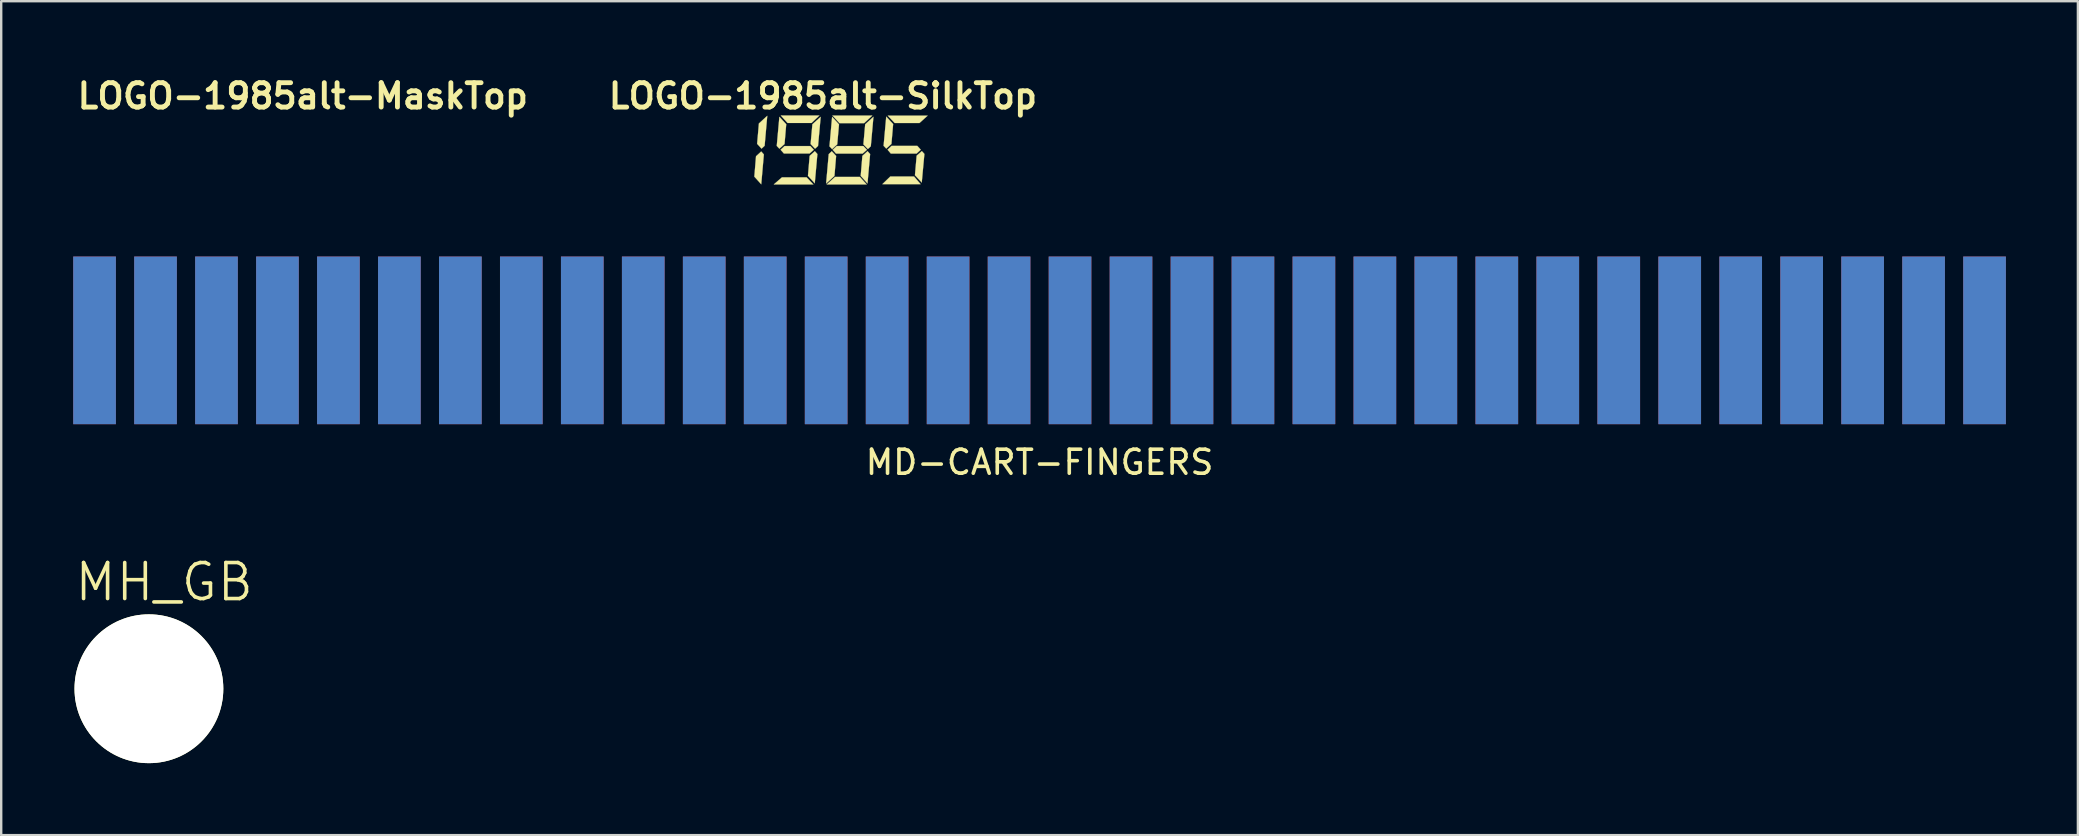
<source format=kicad_pcb>
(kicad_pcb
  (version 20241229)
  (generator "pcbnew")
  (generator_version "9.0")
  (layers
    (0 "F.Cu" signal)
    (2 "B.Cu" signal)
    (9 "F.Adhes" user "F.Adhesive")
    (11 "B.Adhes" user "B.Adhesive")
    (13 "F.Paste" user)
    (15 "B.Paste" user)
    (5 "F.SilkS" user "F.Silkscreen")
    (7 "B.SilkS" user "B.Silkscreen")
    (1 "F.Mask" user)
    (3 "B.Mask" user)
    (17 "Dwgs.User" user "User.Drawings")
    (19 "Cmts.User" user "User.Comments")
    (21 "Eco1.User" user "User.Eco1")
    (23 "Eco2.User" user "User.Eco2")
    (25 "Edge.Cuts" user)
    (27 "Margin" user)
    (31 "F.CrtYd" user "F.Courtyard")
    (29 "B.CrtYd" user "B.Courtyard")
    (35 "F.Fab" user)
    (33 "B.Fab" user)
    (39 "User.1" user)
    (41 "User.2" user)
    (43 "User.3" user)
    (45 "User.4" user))
  (footprint "MD-CART-FINGERS"
    (layer "F.Cu")
    (at 40.259 11.13)
    (property "Reference" "MD-CART-FINGERS" (at 0 5.08 0) (layer "F.SilkS") (effects (font (size 1 1) (thickness 0.15))))
    (attr through_hole)
    (pad "A1" smd rect (at -39.37 0) (size 1.778 6.985) (layers "B.Cu" "B.Mask"))
    (pad "A2" smd rect (at -36.83 0) (size 1.778 6.985) (layers "B.Cu" "B.Mask"))
    (pad "A3" smd rect (at -34.29 0) (size 1.778 6.985) (layers "B.Cu" "B.Mask"))
    (pad "A4" smd rect (at -31.75 0) (size 1.778 6.985) (layers "B.Cu" "B.Mask"))
    (pad "A5" smd rect (at -29.21 0) (size 1.778 6.985) (layers "B.Cu" "B.Mask"))
    (pad "A6" smd rect (at -26.67 0) (size 1.778 6.985) (layers "B.Cu" "B.Mask"))
    (pad "A7" smd rect (at -24.13 0) (size 1.778 6.985) (layers "B.Cu" "B.Mask"))
    (pad "A8" smd rect (at -21.59 0) (size 1.778 6.985) (layers "B.Cu" "B.Mask"))
    (pad "A9" smd rect (at -19.05 0) (size 1.778 6.985) (layers "B.Cu" "B.Mask"))
    (pad "A10" smd rect (at -16.51 0) (size 1.778 6.985) (layers "B.Cu" "B.Mask"))
    (pad "A11" smd rect (at -13.97 0) (size 1.778 6.985) (layers "B.Cu" "B.Mask"))
    (pad "A12" smd rect (at -11.43 0) (size 1.778 6.985) (layers "B.Cu" "B.Mask"))
    (pad "A13" smd rect (at -8.89 0) (size 1.778 6.985) (layers "B.Cu" "B.Mask"))
    (pad "A14" smd rect (at -6.35 0) (size 1.778 6.985) (layers "B.Cu" "B.Mask"))
    (pad "A15" smd rect (at -3.81 0) (size 1.778 6.985) (layers "B.Cu" "B.Mask"))
    (pad "A16" smd rect (at -1.27 0) (size 1.778 6.985) (layers "B.Cu" "B.Mask"))
    (pad "A17" smd rect (at 1.27 0) (size 1.778 6.985) (layers "B.Cu" "B.Mask"))
    (pad "A18" smd rect (at 3.81 0) (size 1.778 6.985) (layers "B.Cu" "B.Mask"))
    (pad "A19" smd rect (at 6.35 0) (size 1.778 6.985) (layers "B.Cu" "B.Mask"))
    (pad "A20" smd rect (at 8.89 0) (size 1.778 6.985) (layers "B.Cu" "B.Mask"))
    (pad "A21" smd rect (at 11.43 0) (size 1.778 6.985) (layers "B.Cu" "B.Mask"))
    (pad "A22" smd rect (at 13.97 0) (size 1.778 6.985) (layers "B.Cu" "B.Mask"))
    (pad "A23" smd rect (at 16.51 0) (size 1.778 6.985) (layers "B.Cu" "B.Mask"))
    (pad "A24" smd rect (at 19.05 0) (size 1.778 6.985) (layers "B.Cu" "B.Mask"))
    (pad "A25" smd rect (at 21.59 0) (size 1.778 6.985) (layers "B.Cu" "B.Mask"))
    (pad "A26" smd rect (at 24.13 0) (size 1.778 6.985) (layers "B.Cu" "B.Mask"))
    (pad "A27" smd rect (at 26.67 0) (size 1.778 6.985) (layers "B.Cu" "B.Mask"))
    (pad "A28" smd rect (at 29.21 0) (size 1.778 6.985) (layers "B.Cu" "B.Mask"))
    (pad "A29" smd rect (at 31.75 0) (size 1.778 6.985) (layers "B.Cu" "B.Mask"))
    (pad "A30" smd rect (at 34.29 0) (size 1.778 6.985) (layers "B.Cu" "B.Mask"))
    (pad "A31" smd rect (at 36.83 0) (size 1.778 6.985) (layers "B.Cu" "B.Mask"))
    (pad "A32" smd rect (at 39.37 0) (size 1.778 6.985) (layers "B.Cu" "B.Mask"))
    (pad "B1" smd rect (at -39.37 0) (size 1.778 6.985) (layers "F.Cu" "F.Mask"))
    (pad "B2" smd rect (at -36.83 0) (size 1.778 6.985) (layers "F.Cu" "F.Mask"))
    (pad "B3" smd rect (at -34.29 0) (size 1.778 6.985) (layers "F.Cu" "F.Mask"))
    (pad "B4" smd rect (at -31.75 0) (size 1.778 6.985) (layers "F.Cu" "F.Mask"))
    (pad "B5" smd rect (at -29.21 0) (size 1.778 6.985) (layers "F.Cu" "F.Mask"))
    (pad "B6" smd rect (at -26.67 0) (size 1.778 6.985) (layers "F.Cu" "F.Mask"))
    (pad "B7" smd rect (at -24.13 0) (size 1.778 6.985) (layers "F.Cu" "F.Mask"))
    (pad "B8" smd rect (at -21.59 0) (size 1.778 6.985) (layers "F.Cu" "F.Mask"))
    (pad "B9" smd rect (at -19.05 0) (size 1.778 6.985) (layers "F.Cu" "F.Mask"))
    (pad "B10" smd rect (at -16.51 0) (size 1.778 6.985) (layers "F.Cu" "F.Mask"))
    (pad "B11" smd rect (at -13.97 0) (size 1.778 6.985) (layers "F.Cu" "F.Mask"))
    (pad "B12" smd rect (at -11.43 0) (size 1.778 6.985) (layers "F.Cu" "F.Mask"))
    (pad "B13" smd rect (at -8.89 0) (size 1.778 6.985) (layers "F.Cu" "F.Mask"))
    (pad "B14" smd rect (at -6.35 0) (size 1.778 6.985) (layers "F.Cu" "F.Mask"))
    (pad "B15" smd rect (at -3.81 0) (size 1.778 6.985) (layers "F.Cu" "F.Mask"))
    (pad "B16" smd rect (at -1.27 0) (size 1.778 6.985) (layers "F.Cu" "F.Mask"))
    (pad "B17" smd rect (at 1.27 0) (size 1.778 6.985) (layers "F.Cu" "F.Mask"))
    (pad "B18" smd rect (at 3.81 0) (size 1.778 6.985) (layers "F.Cu" "F.Mask"))
    (pad "B19" smd rect (at 6.35 0) (size 1.778 6.985) (layers "F.Cu" "F.Mask"))
    (pad "B20" smd rect (at 8.89 0) (size 1.778 6.985) (layers "F.Cu" "F.Mask"))
    (pad "B21" smd rect (at 11.43 0) (size 1.778 6.985) (layers "F.Cu" "F.Mask"))
    (pad "B22" smd rect (at 13.97 0) (size 1.778 6.985) (layers "F.Cu" "F.Mask"))
    (pad "B23" smd rect (at 16.51 0) (size 1.778 6.985) (layers "F.Cu" "F.Mask"))
    (pad "B24" smd rect (at 19.05 0) (size 1.778 6.985) (layers "F.Cu" "F.Mask"))
    (pad "B25" smd rect (at 21.59 0) (size 1.778 6.985) (layers "F.Cu" "F.Mask"))
    (pad "B26" smd rect (at 24.13 0) (size 1.778 6.985) (layers "F.Cu" "F.Mask"))
    (pad "B27" smd rect (at 26.67 0) (size 1.778 6.985) (layers "F.Cu" "F.Mask"))
    (pad "B28" smd rect (at 29.21 0) (size 1.778 6.985) (layers "F.Cu" "F.Mask"))
    (pad "B29" smd rect (at 31.75 0) (size 1.778 6.985) (layers "F.Cu" "F.Mask"))
    (pad "B30" smd rect (at 34.29 0) (size 1.778 6.985) (layers "F.Cu" "F.Mask"))
    (pad "B31" smd rect (at 36.83 0) (size 1.778 6.985) (layers "F.Cu" "F.Mask"))
    (pad "B32" smd rect (at 39.37 0) (size 1.778 6.985) (layers "F.Cu" "F.Mask")))
  (footprint "LOGO-1985alt-MaskTop"
    (layer "F.Cu")
    (at 9.565 3.151)
    (property "Reference" "LOGO-1985alt-MaskTop" (at 0 -2.2 0) (layer "F.SilkS") (effects (font (size 1.016 1.016) (thickness 0.203))))
    (attr through_hole)
    (fp_poly (pts (xy -0.399 1.482) (xy -2.047 1.482) (xy -1.705 1.186) (xy -0.682 1.186) (xy -0.399 1.482)) (stroke (width 0.01) (type solid)) (fill yes) (layer "F.Mask"))
    (fp_poly (pts (xy -0.148 -1.388) (xy -0.477 -1.078) (xy -1.476 -1.078) (xy -1.756 -1.388) (xy -0.148 -1.388)) (stroke (width 0.01) (type solid)) (fill yes) (layer "F.Mask"))
    (fp_poly (pts (xy 1.822 1.482) (xy 0.156 1.482) (xy 0.504 1.169) (xy 1.537 1.169) (xy 1.822 1.482)) (stroke (width 0.01) (type solid)) (fill yes) (layer "F.Mask"))
    (fp_poly (pts (xy 2.056 -1.385) (xy 1.717 -1.072) (xy 0.686 -1.072) (xy 0.397 -1.385) (xy 2.056 -1.385)) (stroke (width 0.01) (type solid)) (fill yes) (layer "F.Mask"))
    (fp_poly (pts (xy 4.068 1.471) (xy 2.476 1.471) (xy 2.806 1.153) (xy 3.796 1.153) (xy 4.068 1.471)) (stroke (width 0.01) (type solid)) (fill yes) (layer "F.Mask"))
    (fp_poly (pts (xy 4.359 -1.382) (xy 4.02 -1.076) (xy 2.989 -1.076) (xy 2.7 -1.382) (xy 4.359 -1.382)) (stroke (width 0.01) (type solid)) (fill yes) (layer "F.Mask"))
    (fp_poly (pts (xy -2.742 -0.209) (xy -2.668 -1.057) (xy -2.32 -1.376) (xy -2.43 -0.128) (xy -2.558 -0.009) (xy -2.742 -0.209)) (stroke (width 0.01) (type solid)) (fill yes) (layer "F.Mask"))
    (fp_poly (pts (xy -2.462 0.233) (xy -2.571 1.477) (xy -2.858 1.158) (xy -2.788 0.309) (xy -2.572 0.11) (xy -2.462 0.233)) (stroke (width 0.01) (type solid)) (fill yes) (layer "F.Mask"))
    (fp_poly (pts (xy -1.924 -0.122) (xy -1.815 -1.334) (xy -1.53 -1.025) (xy -1.6 -0.2) (xy -1.815 -0.006) (xy -1.924 -0.122)) (stroke (width 0.01) (type solid)) (fill yes) (layer "F.Mask"))
    (fp_poly (pts (xy -0.439 -1.025) (xy -0.094 -1.334) (xy -0.205 -0.121) (xy -0.329 -0.006) (xy -0.514 -0.2) (xy -0.439 -1.025)) (stroke (width 0.01) (type solid)) (fill yes) (layer "F.Mask"))
    (fp_poly (pts (xy -0.232 0.218) (xy -0.341 1.437) (xy -0.624 1.125) (xy -0.554 0.293) (xy -0.338 0.097) (xy -0.232 0.218)) (stroke (width 0.01) (type solid)) (fill yes) (layer "F.Mask"))
    (fp_poly (pts (xy 0.272 -0.105) (xy 0.382 -1.333) (xy 0.669 -1.02) (xy 0.595 -0.185) (xy 0.381 0.012) (xy 0.272 -0.105)) (stroke (width 0.01) (type solid)) (fill yes) (layer "F.Mask"))
    (fp_poly (pts (xy 0.479 1.131) (xy 0.132 1.445) (xy 0.241 0.221) (xy 0.368 0.099) (xy 0.549 0.296) (xy 0.479 1.131)) (stroke (width 0.01) (type solid)) (fill yes) (layer "F.Mask"))
    (fp_poly (pts (xy 1.686 -0.187) (xy 1.76 -1.023) (xy 2.104 -1.336) (xy 1.994 -0.108) (xy 1.87 0.009) (xy 1.686 -0.187)) (stroke (width 0.01) (type solid)) (fill yes) (layer "F.Mask"))
    (fp_poly (pts (xy 1.965 0.218) (xy 1.856 1.442) (xy 1.573 1.129) (xy 1.643 0.293) (xy 1.859 0.097) (xy 1.965 0.218)) (stroke (width 0.01) (type solid)) (fill yes) (layer "F.Mask"))
    (fp_poly (pts (xy 2.527 -0.126) (xy 2.637 -1.343) (xy 2.924 -1.033) (xy 2.853 -0.204) (xy 2.637 -0.01) (xy 2.527 -0.126)) (stroke (width 0.01) (type solid)) (fill yes) (layer "F.Mask"))
    (fp_poly (pts (xy 4.226 0.212) (xy 4.116 1.404) (xy 3.833 1.099) (xy 3.904 0.285) (xy 4.12 0.094) (xy 4.226 0.212)) (stroke (width 0.01) (type solid)) (fill yes) (layer "F.Mask"))
    (fp_poly (pts (xy -0.525 -0.117) (xy -0.381 0.038) (xy -0.554 0.192) (xy -1.628 0.192) (xy -1.764 0.038) (xy -1.599 -0.117) (xy -0.525 -0.117)) (stroke (width 0.01) (type solid)) (fill yes) (layer "F.Mask"))
    (fp_poly (pts (xy 1.684 -0.116) (xy 1.833 0.04) (xy 1.654 0.197) (xy 0.543 0.197) (xy 0.405 0.04) (xy 0.575 -0.116) (xy 1.684 -0.116)) (stroke (width 0.01) (type solid)) (fill yes) (layer "F.Mask"))
    (fp_poly (pts (xy 3.931 -0.123) (xy 4.075 0.036) (xy 3.902 0.196) (xy 2.828 0.196) (xy 2.692 0.036) (xy 2.857 -0.123) (xy 3.931 -0.123)) (stroke (width 0.01) (type solid)) (fill yes) (layer "F.Mask")))
  (footprint "LOGO-1985alt-SilkTop"
    (layer "F.Cu")
    (at 31.235 3.151)
    (property "Reference" "LOGO-1985alt-SilkTop" (at 0 -2.2 0) (layer "F.SilkS") (effects (font (size 1.016 1.016) (thickness 0.203))))
    (attr through_hole)
    (fp_poly (pts (xy -0.399 1.482) (xy -2.047 1.482) (xy -1.705 1.186) (xy -0.682 1.186) (xy -0.399 1.482)) (stroke (width 0.01) (type solid)) (fill yes) (layer "F.SilkS"))
    (fp_poly (pts (xy -0.148 -1.388) (xy -0.477 -1.078) (xy -1.476 -1.078) (xy -1.756 -1.388) (xy -0.148 -1.388)) (stroke (width 0.01) (type solid)) (fill yes) (layer "F.SilkS"))
    (fp_poly (pts (xy 1.822 1.482) (xy 0.156 1.482) (xy 0.504 1.169) (xy 1.537 1.169) (xy 1.822 1.482)) (stroke (width 0.01) (type solid)) (fill yes) (layer "F.SilkS"))
    (fp_poly (pts (xy 2.056 -1.385) (xy 1.717 -1.072) (xy 0.686 -1.072) (xy 0.397 -1.385) (xy 2.056 -1.385)) (stroke (width 0.01) (type solid)) (fill yes) (layer "F.SilkS"))
    (fp_poly (pts (xy 4.068 1.471) (xy 2.476 1.471) (xy 2.806 1.153) (xy 3.796 1.153) (xy 4.068 1.471)) (stroke (width 0.01) (type solid)) (fill yes) (layer "F.SilkS"))
    (fp_poly (pts (xy 4.359 -1.382) (xy 4.02 -1.076) (xy 2.989 -1.076) (xy 2.7 -1.382) (xy 4.359 -1.382)) (stroke (width 0.01) (type solid)) (fill yes) (layer "F.SilkS"))
    (fp_poly (pts (xy -2.742 -0.209) (xy -2.668 -1.057) (xy -2.32 -1.376) (xy -2.43 -0.128) (xy -2.558 -0.009) (xy -2.742 -0.209)) (stroke (width 0.01) (type solid)) (fill yes) (layer "F.SilkS"))
    (fp_poly (pts (xy -2.462 0.233) (xy -2.571 1.477) (xy -2.858 1.158) (xy -2.788 0.309) (xy -2.572 0.11) (xy -2.462 0.233)) (stroke (width 0.01) (type solid)) (fill yes) (layer "F.SilkS"))
    (fp_poly (pts (xy -1.924 -0.122) (xy -1.815 -1.334) (xy -1.53 -1.025) (xy -1.6 -0.2) (xy -1.815 -0.006) (xy -1.924 -0.122)) (stroke (width 0.01) (type solid)) (fill yes) (layer "F.SilkS"))
    (fp_poly (pts (xy -0.439 -1.025) (xy -0.094 -1.334) (xy -0.205 -0.121) (xy -0.329 -0.006) (xy -0.514 -0.2) (xy -0.439 -1.025)) (stroke (width 0.01) (type solid)) (fill yes) (layer "F.SilkS"))
    (fp_poly (pts (xy -0.232 0.218) (xy -0.341 1.437) (xy -0.624 1.125) (xy -0.554 0.293) (xy -0.338 0.097) (xy -0.232 0.218)) (stroke (width 0.01) (type solid)) (fill yes) (layer "F.SilkS"))
    (fp_poly (pts (xy 0.272 -0.105) (xy 0.382 -1.333) (xy 0.669 -1.02) (xy 0.595 -0.185) (xy 0.381 0.012) (xy 0.272 -0.105)) (stroke (width 0.01) (type solid)) (fill yes) (layer "F.SilkS"))
    (fp_poly (pts (xy 0.479 1.131) (xy 0.132 1.445) (xy 0.241 0.221) (xy 0.368 0.099) (xy 0.549 0.296) (xy 0.479 1.131)) (stroke (width 0.01) (type solid)) (fill yes) (layer "F.SilkS"))
    (fp_poly (pts (xy 1.686 -0.187) (xy 1.76 -1.023) (xy 2.104 -1.336) (xy 1.994 -0.108) (xy 1.87 0.009) (xy 1.686 -0.187)) (stroke (width 0.01) (type solid)) (fill yes) (layer "F.SilkS"))
    (fp_poly (pts (xy 1.965 0.218) (xy 1.856 1.442) (xy 1.573 1.129) (xy 1.643 0.293) (xy 1.859 0.097) (xy 1.965 0.218)) (stroke (width 0.01) (type solid)) (fill yes) (layer "F.SilkS"))
    (fp_poly (pts (xy 2.527 -0.126) (xy 2.637 -1.343) (xy 2.924 -1.033) (xy 2.853 -0.204) (xy 2.637 -0.01) (xy 2.527 -0.126)) (stroke (width 0.01) (type solid)) (fill yes) (layer "F.SilkS"))
    (fp_poly (pts (xy 4.226 0.212) (xy 4.116 1.404) (xy 3.833 1.099) (xy 3.904 0.285) (xy 4.12 0.094) (xy 4.226 0.212)) (stroke (width 0.01) (type solid)) (fill yes) (layer "F.SilkS"))
    (fp_poly (pts (xy -0.525 -0.117) (xy -0.381 0.038) (xy -0.554 0.192) (xy -1.628 0.192) (xy -1.764 0.038) (xy -1.599 -0.117) (xy -0.525 -0.117)) (stroke (width 0.01) (type solid)) (fill yes) (layer "F.SilkS"))
    (fp_poly (pts (xy 1.684 -0.116) (xy 1.833 0.04) (xy 1.654 0.197) (xy 0.543 0.197) (xy 0.405 0.04) (xy 0.575 -0.116) (xy 1.684 -0.116)) (stroke (width 0.01) (type solid)) (fill yes) (layer "F.SilkS"))
    (fp_poly (pts (xy 3.931 -0.123) (xy 4.075 0.036) (xy 3.902 0.196) (xy 2.828 0.196) (xy 2.692 0.036) (xy 2.857 -0.123) (xy 3.931 -0.123)) (stroke (width 0.01) (type solid)) (fill yes) (layer "F.SilkS")))
  (footprint "MH_GB"
    (layer "F.Cu")
    (at 3.154 25.644)
    (property "Reference" "MH_GB" (at 0.635 -4.445 0) (layer "F.SilkS") (effects (font (size 1.5 1.5) (thickness 0.15))))
    (attr through_hole)
    (pad "" np_thru_hole circle (at 0 0) (size 6.2 6.2) (drill 6.2) (layers "*.Cu" "*.Mask" "F.SilkS")))
  (gr_rect
    (start -3 -3)
    (end 83.518 31.744)
    (stroke (width 0.1) (type default))
    (fill no)
    (layer "Edge.Cuts")))
</source>
